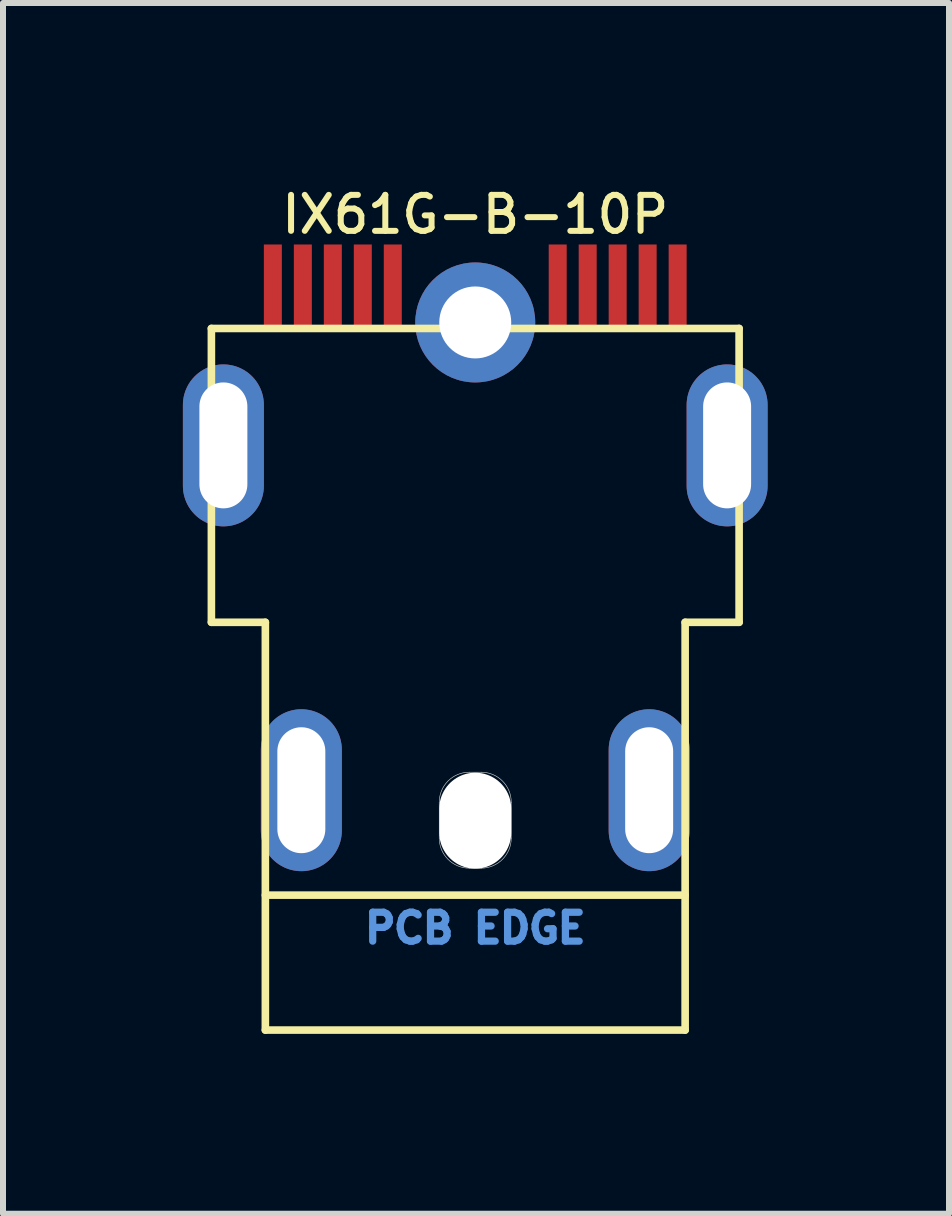
<source format=kicad_pcb>
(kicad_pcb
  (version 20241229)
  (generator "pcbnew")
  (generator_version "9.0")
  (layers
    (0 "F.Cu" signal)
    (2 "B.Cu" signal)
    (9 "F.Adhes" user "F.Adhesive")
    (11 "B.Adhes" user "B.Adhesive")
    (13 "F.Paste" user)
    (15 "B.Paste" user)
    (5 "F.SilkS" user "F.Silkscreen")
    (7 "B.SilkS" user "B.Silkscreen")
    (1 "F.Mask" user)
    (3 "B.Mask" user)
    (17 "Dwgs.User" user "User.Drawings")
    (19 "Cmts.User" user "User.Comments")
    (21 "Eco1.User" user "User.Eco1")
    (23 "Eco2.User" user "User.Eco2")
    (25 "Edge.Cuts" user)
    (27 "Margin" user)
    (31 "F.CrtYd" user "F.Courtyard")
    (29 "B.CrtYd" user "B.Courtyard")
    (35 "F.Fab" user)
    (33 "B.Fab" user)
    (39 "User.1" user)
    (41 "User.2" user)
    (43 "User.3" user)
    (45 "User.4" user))
  (footprint "IX61G-B-10P"
    (layer "F.Cu")
    (at 4.875 10.127)
    (property "Reference" "IX61G-B-10P" (at 0 -9.6 0) (unlocked yes) (layer "F.SilkS") (effects (font (size 0.6 0.6) (thickness 0.1) (bold yes))))
    (attr smd)
    (fp_line (start -4.4 -7.7) (end 4.4 -7.7) (stroke (width 0.127) (type solid)) (layer "F.SilkS"))
    (fp_line (start -4.4 -2.8) (end -4.4 -7.7) (stroke (width 0.127) (type solid)) (layer "F.SilkS"))
    (fp_line (start -3.5 -2.8) (end -4.4 -2.8) (stroke (width 0.127) (type solid)) (layer "F.SilkS"))
    (fp_line (start -3.5 1.75) (end 3.5 1.75) (stroke (width 0.127) (type solid)) (layer "F.SilkS"))
    (fp_line (start -3.5 4) (end -3.5 -2.8) (stroke (width 0.127) (type solid)) (layer "F.SilkS"))
    (fp_line (start 3.5 -2.8) (end 3.5 4) (stroke (width 0.127) (type solid)) (layer "F.SilkS"))
    (fp_line (start 3.5 4) (end -3.5 4) (stroke (width 0.127) (type solid)) (layer "F.SilkS"))
    (fp_line (start 4.4 -7.7) (end 4.4 -2.8) (stroke (width 0.127) (type solid)) (layer "F.SilkS"))
    (fp_line (start 4.4 -2.8) (end 3.5 -2.8) (stroke (width 0.127) (type solid)) (layer "F.SilkS"))
    (fp_poly (pts (xy -3.485 -9.1) (xy -3.28 -9.1) (xy -3.28 -7.733) (xy -3.485 -7.733)) (stroke (width 0.01) (type solid)) (fill yes) (layer "F.Paste"))
    (fp_poly (pts (xy -2.981 -9.1) (xy -2.78 -9.1) (xy -2.78 -7.728) (xy -2.981 -7.728)) (stroke (width 0.01) (type solid)) (fill yes) (layer "F.Paste"))
    (fp_poly (pts (xy -2.481 -9.1) (xy -2.28 -9.1) (xy -2.28 -7.734) (xy -2.481 -7.734)) (stroke (width 0.01) (type solid)) (fill yes) (layer "F.Paste"))
    (fp_poly (pts (xy -1.976 -9.1) (xy -1.78 -9.1) (xy -1.78 -7.723) (xy -1.976 -7.723)) (stroke (width 0.01) (type solid)) (fill yes) (layer "F.Paste"))
    (fp_poly (pts (xy -1.476 -9.1) (xy -1.28 -9.1) (xy -1.28 -7.732) (xy -1.476 -7.732)) (stroke (width 0.01) (type solid)) (fill yes) (layer "F.Paste"))
    (fp_poly (pts (xy 1.283 -9.1) (xy 1.47 -9.1) (xy 1.47 -7.718) (xy 1.283 -7.718)) (stroke (width 0.01) (type solid)) (fill yes) (layer "F.Paste"))
    (fp_poly (pts (xy 1.786 -9.1) (xy 1.97 -9.1) (xy 1.97 -7.728) (xy 1.786 -7.728)) (stroke (width 0.01) (type solid)) (fill yes) (layer "F.Paste"))
    (fp_poly (pts (xy 2.287 -9.1) (xy 2.47 -9.1) (xy 2.47 -7.724) (xy 2.287 -7.724)) (stroke (width 0.01) (type solid)) (fill yes) (layer "F.Paste"))
    (fp_poly (pts (xy 2.794 -9.1) (xy 2.97 -9.1) (xy 2.97 -7.74) (xy 2.794 -7.74)) (stroke (width 0.01) (type solid)) (fill yes) (layer "F.Paste"))
    (fp_poly (pts (xy 3.291 -9.1) (xy 3.47 -9.1) (xy 3.47 -7.726) (xy 3.291 -7.726)) (stroke (width 0.01) (type solid)) (fill yes) (layer "F.Paste"))
    (fp_line (start -0.6 0.2) (end -0.6 0.8) (stroke (width 0.01) (type solid)) (layer "Edge.Cuts"))
    (fp_line (start -0.1 -0.3) (end 0.1 -0.3) (stroke (width 0.01) (type solid)) (layer "Edge.Cuts"))
    (fp_line (start -0.1 1.3) (end 0.1 1.3) (stroke (width 0.01) (type solid)) (layer "Edge.Cuts"))
    (fp_line (start 0.6 0.2) (end 0.6 0.8) (stroke (width 0.01) (type solid)) (layer "Edge.Cuts"))
    (fp_arc (start -0.6 0.2) (mid -0.453553 -0.153553) (end -0.1 -0.3) (stroke (width 0.01) (type solid)) (layer "Edge.Cuts"))
    (fp_arc (start -0.1 1.3) (mid -0.453553 1.153553) (end -0.6 0.8) (stroke (width 0.01) (type solid)) (layer "Edge.Cuts"))
    (fp_arc (start 0.1 -0.3) (mid 0.453553 -0.153553) (end 0.6 0.2) (stroke (width 0.01) (type solid)) (layer "Edge.Cuts"))
    (fp_arc (start 0.6 0.8) (mid 0.453553 1.153553) (end 0.1 1.3) (stroke (width 0.01) (type solid)) (layer "Edge.Cuts"))
    (fp_text user "PCB EDGE" (at 0 2.3 0) (layer "Cmts.User") (effects (font (size 0.482 0.482) (thickness 0.121))))
    (pad "" np_thru_hole oval (at 0 0.508) (size 1.2 1.6) (drill oval 1.2 1.6) (layers "*.Cu" "*.Mask"))
    (pad "1" smd rect (at -3.375 -8.4) (size 0.3 1.4) (layers "F.Cu" "F.Mask"))
    (pad "2" smd rect (at -2.875 -8.4) (size 0.3 1.4) (layers "F.Cu" "F.Mask"))
    (pad "3" smd rect (at -2.375 -8.4) (size 0.3 1.4) (layers "F.Cu" "F.Mask"))
    (pad "4" smd rect (at -1.875 -8.4) (size 0.3 1.4) (layers "F.Cu" "F.Mask"))
    (pad "5" smd rect (at -1.375 -8.4) (size 0.3 1.4) (layers "F.Cu" "F.Mask"))
    (pad "6" smd rect (at 1.375 -8.4) (size 0.3 1.4) (layers "F.Cu" "F.Mask"))
    (pad "7" smd rect (at 1.875 -8.4) (size 0.3 1.4) (layers "F.Cu" "F.Mask"))
    (pad "8" smd rect (at 2.375 -8.4) (size 0.3 1.4) (layers "F.Cu" "F.Mask"))
    (pad "9" smd rect (at 2.875 -8.4) (size 0.3 1.4) (layers "F.Cu" "F.Mask"))
    (pad "10" smd rect (at 3.375 -8.4) (size 0.3 1.4) (layers "F.Cu" "F.Mask"))
    (pad "SH" thru_hole oval (at -4.2 -5.75) (size 1.35 2.7) (drill oval 0.8 2.1) (layers "*.Cu" "*.Mask"))
    (pad "SH" thru_hole oval (at -2.9 0) (size 1.35 2.7) (drill oval 0.8 2.1) (layers "*.Cu" "*.Mask"))
    (pad "SH" thru_hole circle (at 0 -7.8) (size 2 2) (drill 1.2) (layers "*.Cu" "*.Mask"))
    (pad "SH" thru_hole oval (at 2.9 0) (size 1.35 2.7) (drill oval 0.8 2.1) (layers "*.Cu" "*.Mask"))
    (pad "SH" thru_hole oval (at 4.2 -5.75) (size 1.35 2.7) (drill oval 0.8 2.1) (layers "*.Cu" "*.Mask"))
    (zone (net_name "") (layer "F.Cu") (hatch full 0.508) (connect_pads) (min_thickness 0.01) (filled_areas_thickness no) (keepout (tracks not_allowed) (vias not_allowed) (pads not_allowed) (copperpour not_allowed) (footprints allowed)) (placement (enabled no)) (fill) (polygon (pts (xy 0.462 2.627) (xy 1.475 2.627) (xy 1.475 2.907) (xy 0.462 2.907))))
    (zone (net_name "") (layer "F.Cu") (hatch full 0.508) (connect_pads) (min_thickness 0.01) (filled_areas_thickness no) (keepout (tracks not_allowed) (vias not_allowed) (pads not_allowed) (copperpour not_allowed) (footprints allowed)) (placement (enabled no)) (fill) (polygon (pts (xy 0.463 5.827) (xy 1.375 5.827) (xy 1.375 7.32) (xy 0.463 7.32))))
    (zone (net_name "") (layer "F.Cu") (hatch full 0.508) (connect_pads) (min_thickness 0.01) (filled_areas_thickness no) (keepout (tracks not_allowed) (vias not_allowed) (pads not_allowed) (copperpour not_allowed) (footprints allowed)) (placement (enabled no)) (fill) (polygon (pts (xy 1.256 7.327) (xy 8.475 7.327) (xy 8.475 8.719) (xy 1.256 8.719))))
    (zone (net_name "") (layer "F.Cu") (hatch full 0.508) (connect_pads) (min_thickness 0.01) (filled_areas_thickness no) (keepout (tracks not_allowed) (vias not_allowed) (pads not_allowed) (copperpour not_allowed) (footprints allowed)) (placement (enabled no)) (fill) (polygon (pts (xy 1.266 11.527) (xy 2.675 11.527) (xy 2.675 11.881) (xy 1.266 11.881))))
    (zone (net_name "") (layer "F.Cu") (hatch full 0.508) (connect_pads) (min_thickness 0.01) (filled_areas_thickness no) (keepout (tracks not_allowed) (vias not_allowed) (pads not_allowed) (copperpour not_allowed) (footprints allowed)) (placement (enabled no)) (fill) (polygon (pts (xy 2.666 8.726) (xy 7.075 8.726) (xy 7.075 11.884) (xy 2.666 11.884))))
    (zone (net_name "") (layer "F.Cu") (hatch full 0.508) (connect_pads) (min_thickness 0.01) (filled_areas_thickness no) (keepout (tracks not_allowed) (vias not_allowed) (pads not_allowed) (copperpour not_allowed) (footprints allowed)) (placement (enabled no)) (fill) (polygon (pts (xy 7.08 11.527) (xy 8.475 11.527) (xy 8.475 11.881) (xy 7.08 11.881))))
    (zone (net_name "") (layer "F.Cu") (hatch full 0.508) (connect_pads) (min_thickness 0.01) (filled_areas_thickness no) (keepout (tracks not_allowed) (vias not_allowed) (pads not_allowed) (copperpour not_allowed) (footprints allowed)) (placement (enabled no)) (fill) (polygon (pts (xy 8.275 2.627) (xy 9.275 2.627) (xy 9.275 2.926) (xy 8.275 2.926))))
    (zone (net_name "") (layer "F.Cu") (hatch full 0.508) (connect_pads) (min_thickness 0.01) (filled_areas_thickness no) (keepout (tracks not_allowed) (vias not_allowed) (pads not_allowed) (copperpour not_allowed) (footprints allowed)) (placement (enabled no)) (fill) (polygon (pts (xy 8.379 5.726) (xy 9.775 5.726) (xy 9.775 7.324) (xy 8.379 7.324))))
    (zone (net_name "") (layer "F.Cu") (hatch full 0.508) (connect_pads) (min_thickness 0.01) (filled_areas_thickness no) (keepout (tracks not_allowed) (vias not_allowed) (pads not_allowed) (copperpour not_allowed) (footprints allowed)) (placement (enabled no)) (fill) (polygon (pts (xy 1.475 2.627) (xy 3.775 2.627) (xy 4.175 3.227) (xy 4.875 3.426) (xy 5.575 3.227) (xy 5.975 2.627) (xy 8.275 2.627) (xy 8.275 7.316) (xy 1.462 7.316))))
    (zone (net_name "") (layers "F.Cu" "B.Cu") (hatch full 0.508) (connect_pads) (min_thickness 0.01) (filled_areas_thickness no) (keepout (tracks allowed) (vias not_allowed) (pads allowed) (copperpour allowed) (footprints allowed)) (placement (enabled no)) (fill) (polygon (pts (xy 0.462 2.627) (xy 1.475 2.627) (xy 1.475 2.907) (xy 0.462 2.907))))
    (zone (net_name "") (layers "F.Cu" "B.Cu") (hatch full 0.508) (connect_pads) (min_thickness 0.01) (filled_areas_thickness no) (keepout (tracks allowed) (vias not_allowed) (pads allowed) (copperpour allowed) (footprints allowed)) (placement (enabled no)) (fill) (polygon (pts (xy 0.463 5.827) (xy 1.375 5.827) (xy 1.375 7.322) (xy 0.463 7.32))))
    (zone (net_name "") (layers "F.Cu" "B.Cu") (hatch full 0.508) (connect_pads) (min_thickness 0.01) (filled_areas_thickness no) (keepout (tracks allowed) (vias not_allowed) (pads allowed) (copperpour allowed) (footprints allowed)) (placement (enabled no)) (fill) (polygon (pts (xy 1.262 7.327) (xy 8.475 7.327) (xy 8.475 8.721) (xy 1.262 8.721))))
    (zone (net_name "") (layers "F.Cu" "B.Cu") (hatch full 0.508) (connect_pads) (min_thickness 0.01) (filled_areas_thickness no) (keepout (tracks allowed) (vias not_allowed) (pads allowed) (copperpour allowed) (footprints allowed)) (placement (enabled no)) (fill) (polygon (pts (xy 1.263 11.527) (xy 2.675 11.527) (xy 2.675 11.882) (xy 1.263 11.882))))
    (zone (net_name "") (layers "F.Cu" "B.Cu") (hatch full 0.508) (connect_pads) (min_thickness 0.01) (filled_areas_thickness no) (keepout (tracks allowed) (vias not_allowed) (pads allowed) (copperpour allowed) (footprints allowed)) (placement (enabled no)) (fill) (polygon (pts (xy 2.668 8.726) (xy 7.075 8.726) (xy 7.075 11.882) (xy 2.668 11.882))))
    (zone (net_name "") (layers "F.Cu" "B.Cu") (hatch full 0.508) (connect_pads) (min_thickness 0.01) (filled_areas_thickness no) (keepout (tracks allowed) (vias not_allowed) (pads allowed) (copperpour allowed) (footprints allowed)) (placement (enabled no)) (fill) (polygon (pts (xy 7.081 11.527) (xy 8.475 11.527) (xy 8.475 11.881) (xy 7.081 11.881))))
    (zone (net_name "") (layers "F.Cu" "B.Cu") (hatch full 0.508) (connect_pads) (min_thickness 0.01) (filled_areas_thickness no) (keepout (tracks allowed) (vias not_allowed) (pads allowed) (copperpour allowed) (footprints allowed)) (placement (enabled no)) (fill) (polygon (pts (xy 8.275 2.627) (xy 9.275 2.627) (xy 9.275 2.926) (xy 8.275 2.926))))
    (zone (net_name "") (layers "F.Cu" "B.Cu") (hatch full 0.508) (connect_pads) (min_thickness 0.01) (filled_areas_thickness no) (keepout (tracks allowed) (vias not_allowed) (pads allowed) (copperpour allowed) (footprints allowed)) (placement (enabled no)) (fill) (polygon (pts (xy 8.376 5.726) (xy 9.775 5.726) (xy 9.775 7.326) (xy 8.376 7.326))))
    (zone (net_name "") (layers "F.Cu" "B.Cu") (hatch full 0.508) (connect_pads) (min_thickness 0.01) (filled_areas_thickness no) (keepout (tracks allowed) (vias not_allowed) (pads allowed) (copperpour allowed) (footprints allowed)) (placement (enabled no)) (fill) (polygon (pts (xy 1.475 2.627) (xy 3.775 2.627) (xy 4.175 3.227) (xy 4.875 3.426) (xy 5.575 3.227) (xy 5.975 2.627) (xy 8.275 2.627) (xy 8.275 7.314) (xy 1.459 7.314)))))
  (gr_rect
    (start -3 -3)
    (end 12.775 17.19)
    (stroke (width 0.1) (type default))
    (fill no)
    (layer "Edge.Cuts")))
</source>
